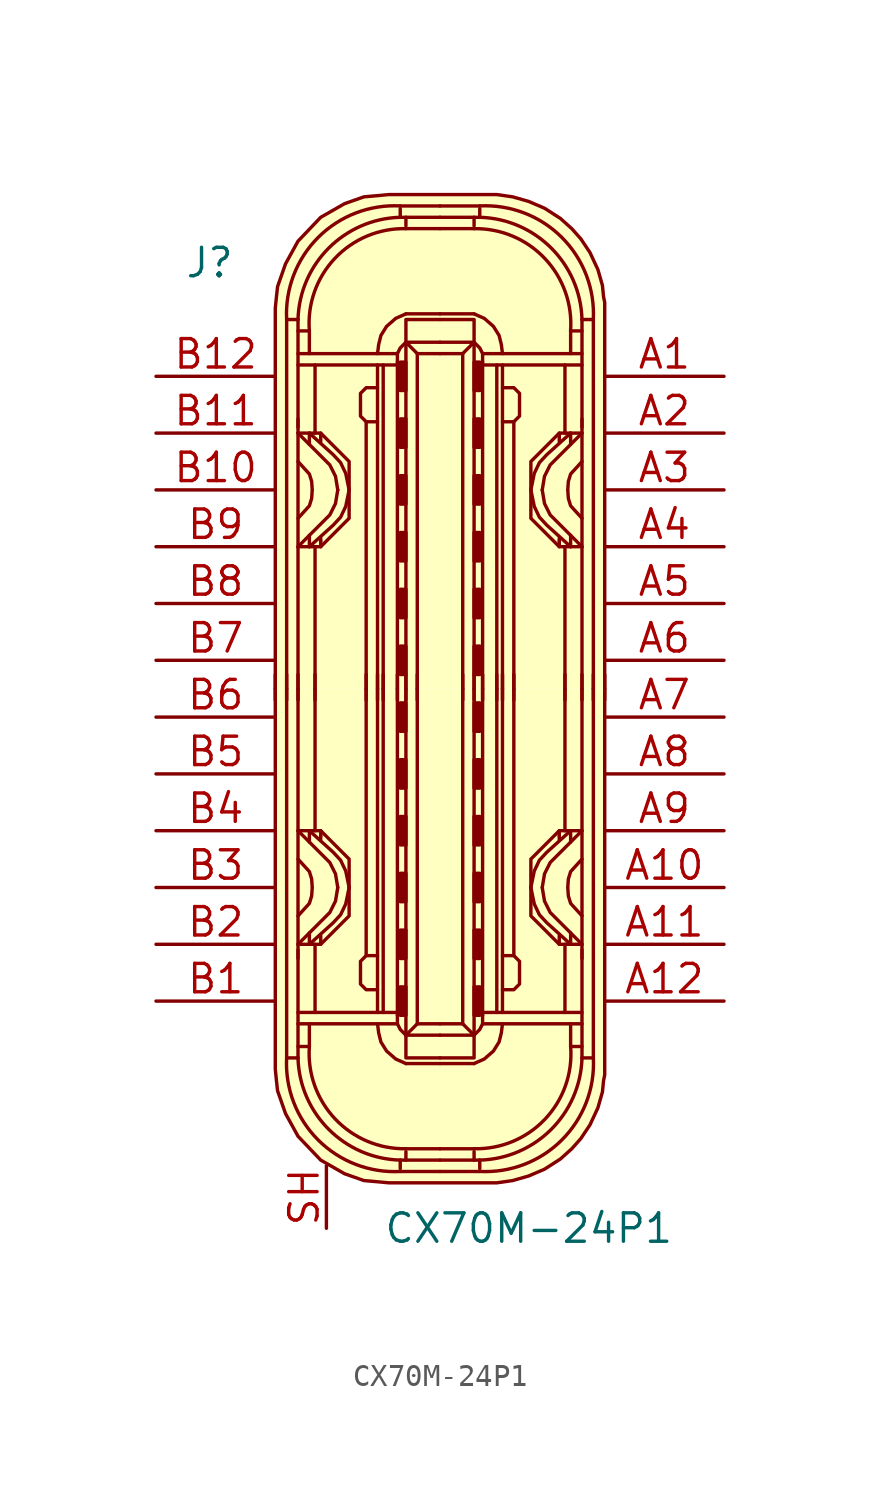
<source format=kicad_sym>
(kicad_symbol_lib
  (version 20201005)
  (generator kicad_symbol_editor)
  (symbol "CX70M-24P1"
    (pin_names
      (offset 1.016))
    (property "Reference" "J"
      (at -11.43 19.05 0)
      (effects (font (size 1.27 1.27)) (justify left)))
    (property "Value" "CX70M-24P1"
      (at -2.54 -24.13 0)
      (effects (font (size 1.27 1.27)) (justify left)))
    (symbol "CX70M-24P1_1_1"
      (arc (start -1.778 -21.59) (end -6.858 -16.51) (radius (at -2.032 -16.764) (length 4.826) (angles -87 177)) (stroke (width 0)) (fill (type none)))
      (arc (start -6.858 16.51) (end -1.778 21.59) (radius (at -2.032 16.764) (length 4.826) (angles -177 87)) (stroke (width 0)) (fill (type none)))
      (arc (start -6.35 -16.51) (end -1.778 -21.082) (radius (at -1.651 -16.383) (length 4.699) (angles -178.5 -91.5)) (stroke (width 0)) (fill (type none)))
      (arc (start -1.778 21.082) (end -6.35 16.51) (radius (at -1.651 16.383) (length 4.699) (angles 91.5 178.5)) (stroke (width 0)) (fill (type none)))
      (arc (start -5.842 -16.002) (end -1.524 -20.574) (radius (at -1.6002 -16.3322) (length 4.2672) (angles 175.5 -89)) (stroke (width 0)) (fill (type none)))
      (arc (start -1.524 20.574) (end -5.842 16.002) (radius (at -1.6002 16.3322) (length 4.2672) (angles 89 -175.5)) (stroke (width 0)) (fill (type none)))
      (arc (start 1.524 -20.574) (end 5.842 -16.002) (radius (at 1.6002 -16.3322) (length 4.2672) (angles -91 4.5)) (stroke (width 0)) (fill (type none)))
      (arc (start 5.842 16.002) (end 1.524 20.574) (radius (at 1.6002 16.3322) (length 4.2672) (angles -4.5 91)) (stroke (width 0)) (fill (type none)))
      (arc (start 1.778 -21.082) (end 6.35 -16.51) (radius (at 1.651 -16.383) (length 4.699) (angles -88.5 -1.5)) (stroke (width 0)) (fill (type none)))
      (arc (start 6.35 16.51) (end 1.778 21.082) (radius (at 1.651 16.383) (length 4.699) (angles 1.5 88.5)) (stroke (width 0)) (fill (type none)))
      (arc (start 6.858 -16.51) (end 1.778 -21.59) (radius (at 2.032 -16.764) (length 4.826) (angles 3 -93)) (stroke (width 0)) (fill (type none)))
      (arc (start 1.778 21.59) (end 6.858 16.51) (radius (at 2.032 16.764) (length 4.826) (angles 93 -3)) (stroke (width 0)) (fill (type none)))
      (rectangle (start -1.778 -14.605) (end -1.524 -13.335) (stroke (width 0)) (fill (type outline)))
      (rectangle (start -1.778 -12.065) (end -1.524 -10.795) (stroke (width 0)) (fill (type outline)))
      (rectangle (start -1.778 -9.525) (end -1.524 -8.255) (stroke (width 0)) (fill (type outline)))
      (rectangle (start -1.778 -6.985) (end -1.524 -5.715) (stroke (width 0)) (fill (type outline)))
      (rectangle (start -1.778 -4.445) (end -1.524 -3.175) (stroke (width 0)) (fill (type outline)))
      (rectangle (start -1.778 -1.905) (end -1.524 -0.635) (stroke (width 0)) (fill (type outline)))
      (rectangle (start -1.778 1.905) (end -1.524 0.635) (stroke (width 0)) (fill (type outline)))
      (rectangle (start -1.778 4.445) (end -1.524 3.175) (stroke (width 0)) (fill (type outline)))
      (rectangle (start -1.778 6.985) (end -1.524 5.715) (stroke (width 0)) (fill (type outline)))
      (rectangle (start -1.778 9.525) (end -1.524 8.255) (stroke (width 0)) (fill (type outline)))
      (rectangle (start -1.778 12.065) (end -1.524 10.795) (stroke (width 0)) (fill (type outline)))
      (rectangle (start -1.778 14.605) (end -1.524 13.335) (stroke (width 0)) (fill (type outline)))
      (rectangle (start 1.778 -14.605) (end 1.524 -13.335) (stroke (width 0)) (fill (type outline)))
      (rectangle (start 1.778 -12.065) (end 1.524 -10.795) (stroke (width 0)) (fill (type outline)))
      (rectangle (start 1.778 -9.525) (end 1.524 -8.255) (stroke (width 0)) (fill (type outline)))
      (rectangle (start 1.778 -6.985) (end 1.524 -5.715) (stroke (width 0)) (fill (type outline)))
      (rectangle (start 1.778 -4.445) (end 1.524 -3.175) (stroke (width 0)) (fill (type outline)))
      (rectangle (start 1.778 -1.905) (end 1.524 -0.635) (stroke (width 0)) (fill (type outline)))
      (rectangle (start 1.778 1.905) (end 1.524 0.635) (stroke (width 0)) (fill (type outline)))
      (rectangle (start 1.778 4.445) (end 1.524 3.175) (stroke (width 0)) (fill (type outline)))
      (rectangle (start 1.778 6.985) (end 1.524 5.715) (stroke (width 0)) (fill (type outline)))
      (rectangle (start 1.778 9.525) (end 1.524 8.255) (stroke (width 0)) (fill (type outline)))
      (rectangle (start 1.778 12.065) (end 1.524 10.795) (stroke (width 0)) (fill (type outline)))
      (rectangle (start 1.778 14.605) (end 1.524 13.335) (stroke (width 0)) (fill (type outline)))
      (polyline (pts (xy -7.366 -0.508) (xy -7.366 0.635)) (stroke (width 0)) (fill (type none)))
      (polyline (pts (xy -6.858 -0.508) (xy -6.858 0.635)) (stroke (width 0)) (fill (type none)))
      (polyline (pts (xy -6.35 -14.986) (xy -1.905 -14.986)) (stroke (width 0)) (fill (type none)))
      (polyline (pts (xy -6.35 -12.065) (xy -6.35 0)) (stroke (width 0)) (fill (type none)))
      (polyline (pts (xy -6.35 -0.508) (xy -6.35 0.635)) (stroke (width 0)) (fill (type none)))
      (polyline (pts (xy -6.35 12.065) (xy -6.35 0)) (stroke (width 0)) (fill (type none)))
      (polyline (pts (xy -6.35 14.986) (xy -1.905 14.986)) (stroke (width 0)) (fill (type none)))
      (polyline (pts (xy -5.842 -11.43) (xy -5.842 -10.922)) (stroke (width 0)) (fill (type none)))
      (polyline (pts (xy -5.842 -6.35) (xy -5.842 -6.858)) (stroke (width 0)) (fill (type none)))
      (polyline (pts (xy -5.842 6.35) (xy -5.842 6.858)) (stroke (width 0)) (fill (type none)))
      (polyline (pts (xy -5.842 11.43) (xy -5.842 10.922)) (stroke (width 0)) (fill (type none)))
      (polyline (pts (xy -5.588 -14.478) (xy -5.588 -11.43)) (stroke (width 0)) (fill (type none)))
      (polyline (pts (xy -5.588 -6.35) (xy -5.588 0)) (stroke (width 0)) (fill (type none)))
      (polyline (pts (xy -5.588 -0.508) (xy -5.588 0.635)) (stroke (width 0)) (fill (type none)))
      (polyline (pts (xy -5.588 6.35) (xy -5.588 0)) (stroke (width 0)) (fill (type none)))
      (polyline (pts (xy -5.588 14.478) (xy -5.588 11.43)) (stroke (width 0)) (fill (type none)))
      (polyline (pts (xy -5.334 -11.43) (xy -5.334 -11.049)) (stroke (width 0)) (fill (type none)))
      (polyline (pts (xy -5.334 -6.604) (xy -5.334 -6.731)) (stroke (width 0)) (fill (type none)))
      (polyline (pts (xy -5.334 -6.35) (xy -5.334 -6.604)) (stroke (width 0)) (fill (type none)))
      (polyline (pts (xy -5.334 6.35) (xy -5.334 6.604)) (stroke (width 0)) (fill (type none)))
      (polyline (pts (xy -5.334 6.604) (xy -5.334 6.731)) (stroke (width 0)) (fill (type none)))
      (polyline (pts (xy -5.334 11.43) (xy -5.334 11.049)) (stroke (width 0)) (fill (type none)))
      (polyline (pts (xy -3.302 -0.508) (xy -3.302 0.635)) (stroke (width 0)) (fill (type none)))
      (polyline (pts (xy -3.302 0) (xy -3.302 -11.938)) (stroke (width 0)) (fill (type none)))
      (polyline (pts (xy -3.302 0) (xy -3.302 11.938)) (stroke (width 0)) (fill (type none)))
      (polyline (pts (xy -2.794 -0.508) (xy -2.794 0.635)) (stroke (width 0)) (fill (type none)))
      (polyline (pts (xy -2.794 0) (xy -2.794 -14.478)) (stroke (width 0)) (fill (type none)))
      (polyline (pts (xy -2.794 0) (xy -2.794 14.478)) (stroke (width 0)) (fill (type none)))
      (polyline (pts (xy -2.54 -14.478) (xy -2.54 0)) (stroke (width 0)) (fill (type none)))
      (polyline (pts (xy -2.54 -0.508) (xy -2.54 0.635)) (stroke (width 0)) (fill (type none)))
      (polyline (pts (xy -2.54 14.478) (xy -2.54 0)) (stroke (width 0)) (fill (type none)))
      (polyline (pts (xy -1.905 -14.478) (xy -6.35 -14.478)) (stroke (width 0)) (fill (type none)))
      (polyline (pts (xy -1.905 -0.508) (xy -1.905 0.635)) (stroke (width 0)) (fill (type none)))
      (polyline (pts (xy -1.905 0) (xy -1.905 -14.605)) (stroke (width 0)) (fill (type none)))
      (polyline (pts (xy -1.905 0) (xy -1.905 14.605)) (stroke (width 0)) (fill (type none)))
      (polyline (pts (xy -1.905 14.478) (xy -6.35 14.478)) (stroke (width 0)) (fill (type none)))
      (polyline (pts (xy -1.778 -21.59) (xy 0 -21.59)) (stroke (width 0)) (fill (type background)))
      (polyline (pts (xy -1.778 -21.082) (xy -1.778 -21.463)) (stroke (width 0)) (fill (type none)))
      (polyline (pts (xy -1.778 -21.082) (xy 0 -21.082)) (stroke (width 0)) (fill (type none)))
      (polyline (pts (xy -1.778 21.082) (xy -1.778 21.463)) (stroke (width 0)) (fill (type none)))
      (polyline (pts (xy -1.778 21.082) (xy 0 21.082)) (stroke (width 0)) (fill (type none)))
      (polyline (pts (xy -1.778 21.59) (xy 0 21.59)) (stroke (width 0)) (fill (type background)))
      (polyline (pts (xy -1.524 -20.701) (xy -1.524 -21.082)) (stroke (width 0)) (fill (type none)))
      (polyline (pts (xy -1.524 -20.574) (xy 0 -20.574)) (stroke (width 0)) (fill (type none)))
      (polyline (pts (xy -1.524 -0.508) (xy -1.524 0.635)) (stroke (width 0)) (fill (type none)))
      (polyline (pts (xy -1.524 20.574) (xy 0 20.574)) (stroke (width 0)) (fill (type none)))
      (polyline (pts (xy -1.524 20.701) (xy -1.524 21.082)) (stroke (width 0)) (fill (type none)))
      (polyline (pts (xy -1.016 -14.986) (xy -1.524 -15.494)) (stroke (width 0)) (fill (type none)))
      (polyline (pts (xy -1.016 -0.508) (xy -1.016 0.635)) (stroke (width 0)) (fill (type none)))
      (polyline (pts (xy -1.016 14.986) (xy -1.524 15.494)) (stroke (width 0)) (fill (type none)))
      (polyline (pts (xy 0 -16.764) (xy -1.524 -16.764)) (stroke (width 0)) (fill (type none)))
      (polyline (pts (xy 0 -16.764) (xy 1.524 -16.764)) (stroke (width 0)) (fill (type none)))
      (polyline (pts (xy 0 16.764) (xy -1.524 16.764)) (stroke (width 0)) (fill (type none)))
      (polyline (pts (xy 0 16.764) (xy 1.524 16.764)) (stroke (width 0)) (fill (type none)))
      (polyline (pts (xy 1.016 -14.986) (xy 1.524 -15.494)) (stroke (width 0)) (fill (type none)))
      (polyline (pts (xy 1.016 -0.508) (xy 1.016 0.635)) (stroke (width 0)) (fill (type none)))
      (polyline (pts (xy 1.016 14.986) (xy 1.524 15.494)) (stroke (width 0)) (fill (type none)))
      (polyline (pts (xy 1.524 -20.701) (xy 1.524 -21.082)) (stroke (width 0)) (fill (type none)))
      (polyline (pts (xy 1.524 -20.574) (xy 0 -20.574)) (stroke (width 0)) (fill (type none)))
      (polyline (pts (xy 1.524 -0.508) (xy 1.524 0.635)) (stroke (width 0)) (fill (type none)))
      (polyline (pts (xy 1.524 20.574) (xy 0 20.574)) (stroke (width 0)) (fill (type none)))
      (polyline (pts (xy 1.524 20.701) (xy 1.524 21.082)) (stroke (width 0)) (fill (type none)))
      (polyline (pts (xy 1.778 -21.59) (xy 0 -21.59)) (stroke (width 0)) (fill (type background)))
      (polyline (pts (xy 1.778 -21.082) (xy 0 -21.082)) (stroke (width 0)) (fill (type none)))
      (polyline (pts (xy 1.778 -21.082) (xy 1.778 -21.463)) (stroke (width 0)) (fill (type none)))
      (polyline (pts (xy 1.778 21.082) (xy 0 21.082)) (stroke (width 0)) (fill (type none)))
      (polyline (pts (xy 1.778 21.082) (xy 1.778 21.463)) (stroke (width 0)) (fill (type none)))
      (polyline (pts (xy 1.778 21.59) (xy 0 21.59)) (stroke (width 0)) (fill (type background)))
      (polyline (pts (xy 1.905 -14.478) (xy 6.35 -14.478)) (stroke (width 0)) (fill (type none)))
      (polyline (pts (xy 1.905 -0.508) (xy 1.905 0.635)) (stroke (width 0)) (fill (type none)))
      (polyline (pts (xy 1.905 0) (xy 1.905 -14.605)) (stroke (width 0)) (fill (type none)))
      (polyline (pts (xy 1.905 0) (xy 1.905 14.605)) (stroke (width 0)) (fill (type none)))
      (polyline (pts (xy 1.905 14.478) (xy 6.35 14.478)) (stroke (width 0)) (fill (type none)))
      (polyline (pts (xy 2.54 -14.478) (xy 2.54 0)) (stroke (width 0)) (fill (type none)))
      (polyline (pts (xy 2.54 -0.508) (xy 2.54 0.635)) (stroke (width 0)) (fill (type none)))
      (polyline (pts (xy 2.54 14.478) (xy 2.54 0)) (stroke (width 0)) (fill (type none)))
      (polyline (pts (xy 2.794 -0.508) (xy 2.794 0.635)) (stroke (width 0)) (fill (type none)))
      (polyline (pts (xy 2.794 0) (xy 2.794 -14.478)) (stroke (width 0)) (fill (type none)))
      (polyline (pts (xy 2.794 0) (xy 2.794 14.478)) (stroke (width 0)) (fill (type none)))
      (polyline (pts (xy 3.302 -0.508) (xy 3.302 0.635)) (stroke (width 0)) (fill (type none)))
      (polyline (pts (xy 3.302 0) (xy 3.302 -11.938)) (stroke (width 0)) (fill (type none)))
      (polyline (pts (xy 3.302 0) (xy 3.302 11.938)) (stroke (width 0)) (fill (type none)))
      (polyline (pts (xy 5.334 -11.43) (xy 5.334 -11.049)) (stroke (width 0)) (fill (type none)))
      (polyline (pts (xy 5.334 -6.604) (xy 5.334 -6.731)) (stroke (width 0)) (fill (type none)))
      (polyline (pts (xy 5.334 -6.35) (xy 5.334 -6.604)) (stroke (width 0)) (fill (type none)))
      (polyline (pts (xy 5.334 6.35) (xy 5.334 6.604)) (stroke (width 0)) (fill (type none)))
      (polyline (pts (xy 5.334 6.604) (xy 5.334 6.731)) (stroke (width 0)) (fill (type none)))
      (polyline (pts (xy 5.334 11.43) (xy 5.334 11.049)) (stroke (width 0)) (fill (type none)))
      (polyline (pts (xy 5.588 -14.478) (xy 5.588 -11.43)) (stroke (width 0)) (fill (type none)))
      (polyline (pts (xy 5.588 -6.35) (xy 5.588 0)) (stroke (width 0)) (fill (type none)))
      (polyline (pts (xy 5.588 -0.508) (xy 5.588 0.635)) (stroke (width 0)) (fill (type none)))
      (polyline (pts (xy 5.588 6.35) (xy 5.588 0)) (stroke (width 0)) (fill (type none)))
      (polyline (pts (xy 5.588 14.478) (xy 5.588 11.43)) (stroke (width 0)) (fill (type none)))
      (polyline (pts (xy 5.842 -11.43) (xy 5.842 -10.922)) (stroke (width 0)) (fill (type none)))
      (polyline (pts (xy 5.842 -6.35) (xy 5.842 -6.858)) (stroke (width 0)) (fill (type none)))
      (polyline (pts (xy 5.842 6.35) (xy 5.842 6.858)) (stroke (width 0)) (fill (type none)))
      (polyline (pts (xy 5.842 11.43) (xy 5.842 10.922)) (stroke (width 0)) (fill (type none)))
      (polyline (pts (xy 6.35 -14.986) (xy 1.905 -14.986)) (stroke (width 0)) (fill (type none)))
      (polyline (pts (xy 6.35 -12.065) (xy 6.35 0)) (stroke (width 0)) (fill (type none)))
      (polyline (pts (xy 6.35 -0.508) (xy 6.35 0.635)) (stroke (width 0)) (fill (type none)))
      (polyline (pts (xy 6.35 12.065) (xy 6.35 0)) (stroke (width 0)) (fill (type none)))
      (polyline (pts (xy 6.35 14.986) (xy 1.905 14.986)) (stroke (width 0)) (fill (type none)))
      (polyline (pts (xy 6.858 -0.508) (xy 6.858 0.635)) (stroke (width 0)) (fill (type none)))
      (polyline (pts (xy 7.366 -0.508) (xy 7.366 0.635)) (stroke (width 0)) (fill (type none)))
      (polyline (pts (xy -6.35 -16.51) (xy -6.858 -16.51) (xy -6.858 0)) (stroke (width 0)) (fill (type none)))
      (polyline (pts (xy -6.35 -11.684) (xy -6.35 -15.875) (xy -6.35 -16.51)) (stroke (width 0)) (fill (type none)))
      (polyline (pts (xy -6.35 11.684) (xy -6.35 15.875) (xy -6.35 16.51)) (stroke (width 0)) (fill (type none)))
      (polyline (pts (xy -6.35 16.51) (xy -6.858 16.51) (xy -6.858 0)) (stroke (width 0)) (fill (type none)))
      (polyline (pts (xy -5.842 -14.986) (xy -5.842 -16.002) (xy -6.35 -16.002)) (stroke (width 0)) (fill (type none)))
      (polyline (pts (xy -5.842 14.986) (xy -5.842 16.002) (xy -6.35 16.002)) (stroke (width 0)) (fill (type none)))
      (polyline (pts (xy -1.524 0) (xy -1.524 -15.494) (xy 0 -15.494)) (stroke (width 0)) (fill (type none)))
      (polyline (pts (xy -1.524 0) (xy -1.524 15.494) (xy 0 15.494)) (stroke (width 0)) (fill (type none)))
      (polyline (pts (xy -1.016 0) (xy -1.016 -14.986) (xy 0 -14.986)) (stroke (width 0)) (fill (type none)))
      (polyline (pts (xy -1.016 0) (xy -1.016 14.986) (xy 0 14.986)) (stroke (width 0)) (fill (type none)))
      (polyline (pts (xy 1.016 0) (xy 1.016 -14.986) (xy 0 -14.986)) (stroke (width 0)) (fill (type none)))
      (polyline (pts (xy 1.016 0) (xy 1.016 14.986) (xy 0 14.986)) (stroke (width 0)) (fill (type none)))
      (polyline (pts (xy 1.524 0) (xy 1.524 -15.494) (xy 0 -15.494)) (stroke (width 0)) (fill (type none)))
      (polyline (pts (xy 1.524 0) (xy 1.524 15.494) (xy 0 15.494)) (stroke (width 0)) (fill (type none)))
      (polyline (pts (xy 5.842 -14.986) (xy 5.842 -16.002) (xy 6.35 -16.002)) (stroke (width 0)) (fill (type none)))
      (polyline (pts (xy 5.842 14.986) (xy 5.842 16.002) (xy 6.35 16.002)) (stroke (width 0)) (fill (type none)))
      (polyline (pts (xy 6.35 -16.51) (xy 6.858 -16.51) (xy 6.858 0)) (stroke (width 0)) (fill (type none)))
      (polyline (pts (xy 6.35 -11.684) (xy 6.35 -15.875) (xy 6.35 -16.51)) (stroke (width 0)) (fill (type none)))
      (polyline (pts (xy 6.35 11.684) (xy 6.35 15.875) (xy 6.35 16.51)) (stroke (width 0)) (fill (type none)))
      (polyline (pts (xy 6.35 16.51) (xy 6.858 16.51) (xy 6.858 0)) (stroke (width 0)) (fill (type none)))
      (polyline (pts (xy -6.35 -11.43) (xy -4.928 -10.008) (xy -4.674 -9.5) (xy -4.572 -8.89)) (stroke (width 0)) (fill (type none)))
      (polyline (pts (xy -6.35 -10.16) (xy -5.842 -9.601) (xy -5.74 -9.271) (xy -5.715 -8.915)) (stroke (width 0)) (fill (type none)))
      (polyline (pts (xy -6.35 -7.62) (xy -5.842 -8.179) (xy -5.74 -8.509) (xy -5.715 -8.865)) (stroke (width 0)) (fill (type none)))
      (polyline (pts (xy -6.35 -6.35) (xy -4.928 -7.772) (xy -4.674 -8.28) (xy -4.572 -8.89)) (stroke (width 0)) (fill (type none)))
      (polyline (pts (xy -6.35 6.35) (xy -4.928 7.772) (xy -4.674 8.28) (xy -4.572 8.89)) (stroke (width 0)) (fill (type none)))
      (polyline (pts (xy -6.35 7.62) (xy -5.842 8.179) (xy -5.74 8.509) (xy -5.715 8.865)) (stroke (width 0)) (fill (type none)))
      (polyline (pts (xy -6.35 10.16) (xy -5.842 9.601) (xy -5.74 9.271) (xy -5.715 8.915)) (stroke (width 0)) (fill (type none)))
      (polyline (pts (xy -6.35 11.43) (xy -4.928 10.008) (xy -4.674 9.5) (xy -4.572 8.89)) (stroke (width 0)) (fill (type none)))
      (polyline (pts (xy -1.905 -14.605) (xy -1.905 -14.986) (xy -1.778 -15.24) (xy -1.524 -15.494)) (stroke (width 0)) (fill (type none)))
      (polyline (pts (xy -1.905 14.605) (xy -1.905 14.986) (xy -1.778 15.24) (xy -1.524 15.494)) (stroke (width 0)) (fill (type none)))
      (polyline (pts (xy 0 -16.51) (xy -1.397 -16.51) (xy -1.524 -16.51) (xy -1.524 -15.494)) (stroke (width 0)) (fill (type none)))
      (polyline (pts (xy 0 -16.51) (xy 1.397 -16.51) (xy 1.524 -16.51) (xy 1.524 -15.494)) (stroke (width 0)) (fill (type none)))
      (polyline (pts (xy 0 16.51) (xy -1.397 16.51) (xy -1.524 16.51) (xy -1.524 15.494)) (stroke (width 0)) (fill (type none)))
      (polyline (pts (xy 0 16.51) (xy 1.397 16.51) (xy 1.524 16.51) (xy 1.524 15.494)) (stroke (width 0)) (fill (type none)))
      (polyline (pts (xy 1.905 -14.605) (xy 1.905 -14.986) (xy 1.778 -15.24) (xy 1.524 -15.494)) (stroke (width 0)) (fill (type none)))
      (polyline (pts (xy 1.905 14.605) (xy 1.905 14.986) (xy 1.778 15.24) (xy 1.524 15.494)) (stroke (width 0)) (fill (type none)))
      (polyline (pts (xy 6.35 -11.43) (xy 4.928 -10.008) (xy 4.674 -9.5) (xy 4.572 -8.89)) (stroke (width 0)) (fill (type none)))
      (polyline (pts (xy 6.35 -10.16) (xy 5.842 -9.601) (xy 5.74 -9.271) (xy 5.715 -8.915)) (stroke (width 0)) (fill (type none)))
      (polyline (pts (xy 6.35 -7.62) (xy 5.842 -8.179) (xy 5.74 -8.509) (xy 5.715 -8.865)) (stroke (width 0)) (fill (type none)))
      (polyline (pts (xy 6.35 -6.35) (xy 4.928 -7.772) (xy 4.674 -8.28) (xy 4.572 -8.89)) (stroke (width 0)) (fill (type none)))
      (polyline (pts (xy 6.35 6.35) (xy 4.928 7.772) (xy 4.674 8.28) (xy 4.572 8.89)) (stroke (width 0)) (fill (type none)))
      (polyline (pts (xy 6.35 7.62) (xy 5.842 8.179) (xy 5.74 8.509) (xy 5.715 8.865)) (stroke (width 0)) (fill (type none)))
      (polyline (pts (xy 6.35 10.16) (xy 5.842 9.601) (xy 5.74 9.271) (xy 5.715 8.915)) (stroke (width 0)) (fill (type none)))
      (polyline (pts (xy 6.35 11.43) (xy 4.928 10.008) (xy 4.674 9.5) (xy 4.572 8.89)) (stroke (width 0)) (fill (type none)))
      (polyline (pts (xy -5.842 -11.43) (xy -4.775 -10.465) (xy -4.445 -10.109) (xy -4.216 -9.627) (xy -4.064 -8.89)) (stroke (width 0)) (fill (type none)))
      (polyline (pts (xy -5.842 -6.35) (xy -4.775 -7.315) (xy -4.445 -7.671) (xy -4.216 -8.153) (xy -4.064 -8.89)) (stroke (width 0)) (fill (type none)))
      (polyline (pts (xy -5.842 6.35) (xy -4.775 7.315) (xy -4.445 7.671) (xy -4.216 8.153) (xy -4.064 8.89)) (stroke (width 0)) (fill (type none)))
      (polyline (pts (xy -5.842 11.43) (xy -4.775 10.465) (xy -4.445 10.109) (xy -4.216 9.627) (xy -4.064 8.89)) (stroke (width 0)) (fill (type none)))
      (polyline (pts (xy 5.842 -11.43) (xy 4.775 -10.465) (xy 4.445 -10.109) (xy 4.216 -9.627) (xy 4.064 -8.89)) (stroke (width 0)) (fill (type none)))
      (polyline (pts (xy 5.842 -6.35) (xy 4.775 -7.315) (xy 4.445 -7.671) (xy 4.216 -8.153) (xy 4.064 -8.89)) (stroke (width 0)) (fill (type none)))
      (polyline (pts (xy 5.842 6.35) (xy 4.775 7.315) (xy 4.445 7.671) (xy 4.216 8.153) (xy 4.064 8.89)) (stroke (width 0)) (fill (type none)))
      (polyline (pts (xy 5.842 11.43) (xy 4.775 10.465) (xy 4.445 10.109) (xy 4.216 9.627) (xy 4.064 8.89)) (stroke (width 0)) (fill (type none)))
      (polyline (pts (xy -6.35 -11.43) (xy -5.334 -11.43) (xy -4.064 -10.16) (xy -4.064 -7.62) (xy -5.334 -6.35) (xy -6.35 -6.35)) (stroke (width 0)) (fill (type none)))
      (polyline (pts (xy -6.35 11.43) (xy -5.334 11.43) (xy -4.064 10.16) (xy -4.064 7.62) (xy -5.334 6.35) (xy -6.35 6.35)) (stroke (width 0)) (fill (type none)))
      (polyline (pts (xy -2.794 -14.986) (xy -2.743 -15.392) (xy -2.642 -15.799) (xy -2.388 -16.205) (xy -1.981 -16.561) (xy -1.524 -16.764)) (stroke (width 0)) (fill (type none)))
      (polyline (pts (xy -2.794 -13.462) (xy -3.302 -13.462) (xy -3.556 -13.208) (xy -3.556 -12.192) (xy -3.302 -11.938) (xy -2.794 -11.938)) (stroke (width 0)) (fill (type none)))
      (polyline (pts (xy -2.794 13.462) (xy -3.302 13.462) (xy -3.556 13.208) (xy -3.556 12.192) (xy -3.302 11.938) (xy -2.794 11.938)) (stroke (width 0)) (fill (type none)))
      (polyline (pts (xy -2.794 14.986) (xy -2.743 15.392) (xy -2.642 15.799) (xy -2.388 16.205) (xy -1.981 16.561) (xy -1.524 16.764)) (stroke (width 0)) (fill (type none)))
      (polyline (pts (xy 2.794 -14.986) (xy 2.743 -15.392) (xy 2.642 -15.799) (xy 2.388 -16.205) (xy 1.981 -16.561) (xy 1.524 -16.764)) (stroke (width 0)) (fill (type none)))
      (polyline (pts (xy 2.794 -13.462) (xy 3.302 -13.462) (xy 3.556 -13.208) (xy 3.556 -12.192) (xy 3.302 -11.938) (xy 2.794 -11.938)) (stroke (width 0)) (fill (type none)))
      (polyline (pts (xy 2.794 13.462) (xy 3.302 13.462) (xy 3.556 13.208) (xy 3.556 12.192) (xy 3.302 11.938) (xy 2.794 11.938)) (stroke (width 0)) (fill (type none)))
      (polyline (pts (xy 2.794 14.986) (xy 2.743 15.392) (xy 2.642 15.799) (xy 2.388 16.205) (xy 1.981 16.561) (xy 1.524 16.764)) (stroke (width 0)) (fill (type none)))
      (polyline (pts (xy 6.35 -11.43) (xy 5.334 -11.43) (xy 4.064 -10.16) (xy 4.064 -7.62) (xy 5.334 -6.35) (xy 6.35 -6.35)) (stroke (width 0)) (fill (type none)))
      (polyline (pts (xy 6.35 11.43) (xy 5.334 11.43) (xy 4.064 10.16) (xy 4.064 7.62) (xy 5.334 6.35) (xy 6.35 6.35)) (stroke (width 0)) (fill (type none)))
      (polyline (pts (xy 7.366 0) (xy 7.366 -17.018) (xy 7.366 -17.272) (xy 7.315 -17.526) (xy 7.264 -18.034) (xy 7.061 -18.745) (xy 6.706 -19.507) (xy 6.299 -20.117) (xy 5.893 -20.574) (xy 5.385 -21.031) (xy 4.674 -21.488) (xy 3.962 -21.793) (xy 3.251 -21.996) (xy 2.54 -22.098) (xy -2.286 -22.098) (xy -3.404 -21.996) (xy -4.267 -21.692) (xy -5.334 -21.082) (xy -6.35 -20.015) (xy -6.909 -18.999) (xy -7.264 -17.983) (xy -7.315 -17.526) (xy -7.366 -17.018) (xy -7.366 0)) (stroke (width 0)) (fill (type background)))
      (polyline (pts (xy 7.366 0) (xy 7.366 17.018) (xy 7.366 17.272) (xy 7.315 17.526) (xy 7.264 18.034) (xy 7.061 18.745) (xy 6.706 19.507) (xy 6.299 20.117) (xy 5.893 20.574) (xy 5.385 21.031) (xy 4.674 21.488) (xy 3.962 21.793) (xy 3.251 21.996) (xy 2.54 22.098) (xy -2.286 22.098) (xy -3.404 21.996) (xy -4.267 21.692) (xy -5.334 21.082) (xy -6.35 20.015) (xy -6.909 18.999) (xy -7.264 17.983) (xy -7.315 17.526) (xy -7.366 17.018) (xy -7.366 0)) (stroke (width 0)) (fill (type background)))
      (pin passive line (at 12.7 13.97 180) (length 5.334) (name "~" (effects (font (size 1.27 1.27)))) (number "A1" (effects (font (size 1.27 1.27)))))
      (pin passive line (at 12.7 -8.89 180) (length 5.334) (name "~" (effects (font (size 1.27 1.27)))) (number "A10" (effects (font (size 1.27 1.27)))))
      (pin passive line (at 12.7 -11.43 180) (length 5.334) (name "~" (effects (font (size 1.27 1.27)))) (number "A11" (effects (font (size 1.27 1.27)))))
      (pin passive line (at 12.7 -13.97 180) (length 5.334) (name "~" (effects (font (size 1.27 1.27)))) (number "A12" (effects (font (size 1.27 1.27)))))
      (pin passive line (at 12.7 11.43 180) (length 5.334) (name "~" (effects (font (size 1.27 1.27)))) (number "A2" (effects (font (size 1.27 1.27)))))
      (pin passive line (at 12.7 8.89 180) (length 5.334) (name "~" (effects (font (size 1.27 1.27)))) (number "A3" (effects (font (size 1.27 1.27)))))
      (pin passive line (at 12.7 6.35 180) (length 5.334) (name "~" (effects (font (size 1.27 1.27)))) (number "A4" (effects (font (size 1.27 1.27)))))
      (pin passive line (at 12.7 3.81 180) (length 5.334) (name "~" (effects (font (size 1.27 1.27)))) (number "A5" (effects (font (size 1.27 1.27)))))
      (pin passive line (at 12.7 1.27 180) (length 5.334) (name "~" (effects (font (size 1.27 1.27)))) (number "A6" (effects (font (size 1.27 1.27)))))
      (pin passive line (at 12.7 -1.27 180) (length 5.334) (name "~" (effects (font (size 1.27 1.27)))) (number "A7" (effects (font (size 1.27 1.27)))))
      (pin passive line (at 12.7 -3.81 180) (length 5.334) (name "~" (effects (font (size 1.27 1.27)))) (number "A8" (effects (font (size 1.27 1.27)))))
      (pin passive line (at 12.7 -6.35 180) (length 5.334) (name "~" (effects (font (size 1.27 1.27)))) (number "A9" (effects (font (size 1.27 1.27)))))
      (pin passive line (at -12.7 -13.97 0) (length 5.334) (name "~" (effects (font (size 1.27 1.27)))) (number "B1" (effects (font (size 1.27 1.27)))))
      (pin passive line (at -12.7 8.89 0) (length 5.334) (name "~" (effects (font (size 1.27 1.27)))) (number "B10" (effects (font (size 1.27 1.27)))))
      (pin passive line (at -12.7 11.43 0) (length 5.334) (name "~" (effects (font (size 1.27 1.27)))) (number "B11" (effects (font (size 1.27 1.27)))))
      (pin passive line (at -12.7 13.97 0) (length 5.334) (name "~" (effects (font (size 1.27 1.27)))) (number "B12" (effects (font (size 1.27 1.27)))))
      (pin passive line (at -12.7 -11.43 0) (length 5.334) (name "~" (effects (font (size 1.27 1.27)))) (number "B2" (effects (font (size 1.27 1.27)))))
      (pin passive line (at -12.7 -8.89 0) (length 5.334) (name "~" (effects (font (size 1.27 1.27)))) (number "B3" (effects (font (size 1.27 1.27)))))
      (pin passive line (at -12.7 -6.35 0) (length 5.334) (name "~" (effects (font (size 1.27 1.27)))) (number "B4" (effects (font (size 1.27 1.27)))))
      (pin passive line (at -12.7 -3.81 0) (length 5.334) (name "~" (effects (font (size 1.27 1.27)))) (number "B5" (effects (font (size 1.27 1.27)))))
      (pin passive line (at -12.7 -1.27 0) (length 5.334) (name "~" (effects (font (size 1.27 1.27)))) (number "B6" (effects (font (size 1.27 1.27)))))
      (pin passive line (at -12.7 1.27 0) (length 5.334) (name "~" (effects (font (size 1.27 1.27)))) (number "B7" (effects (font (size 1.27 1.27)))))
      (pin passive line (at -12.7 3.81 0) (length 5.334) (name "~" (effects (font (size 1.27 1.27)))) (number "B8" (effects (font (size 1.27 1.27)))))
      (pin passive line (at -12.7 6.35 0) (length 5.334) (name "~" (effects (font (size 1.27 1.27)))) (number "B9" (effects (font (size 1.27 1.27)))))
      (pin input line (at -5.08 -24.13 90) (length 2.794) (name "~" (effects (font (size 1.27 1.27)))) (number "SH" (effects (font (size 1.27 1.27))))))))
</source>
